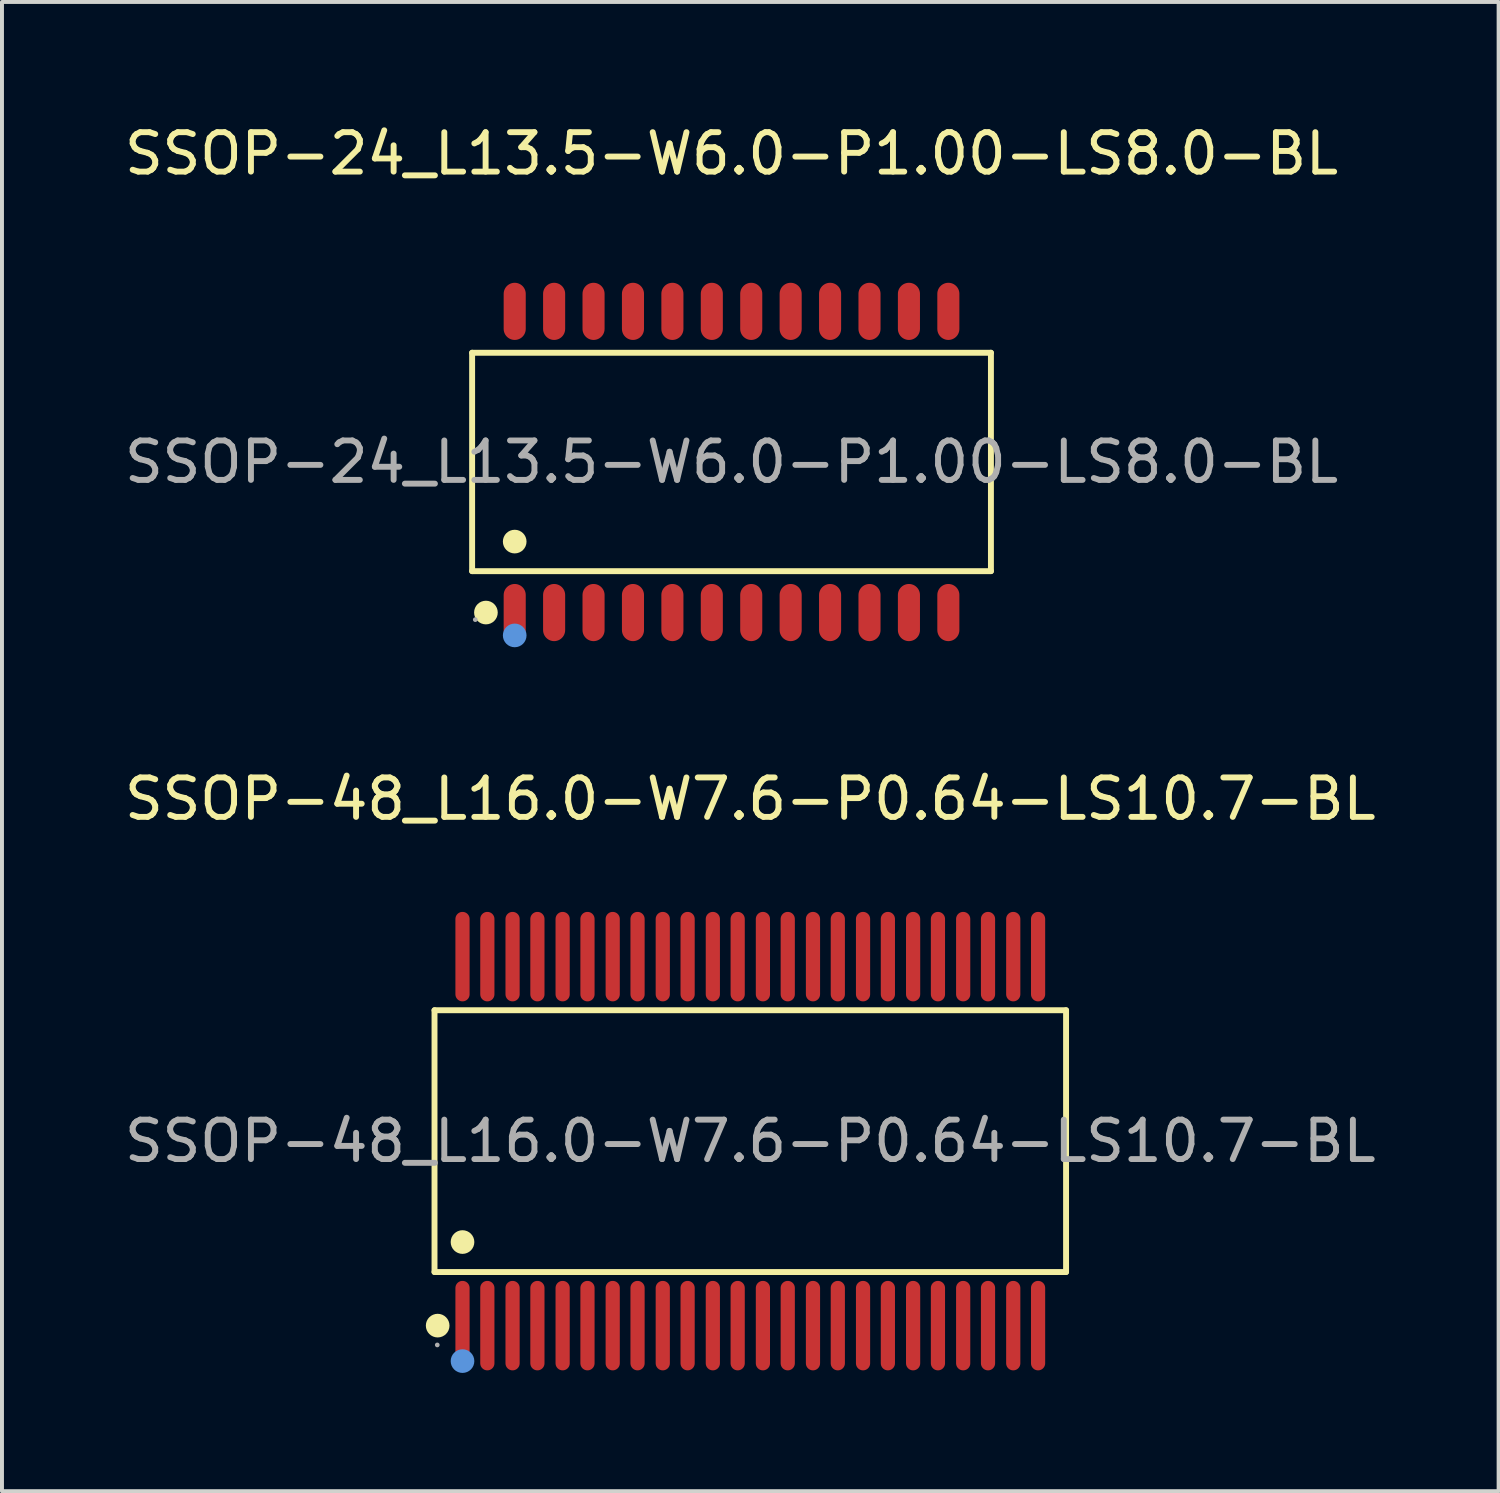
<source format=kicad_pcb>
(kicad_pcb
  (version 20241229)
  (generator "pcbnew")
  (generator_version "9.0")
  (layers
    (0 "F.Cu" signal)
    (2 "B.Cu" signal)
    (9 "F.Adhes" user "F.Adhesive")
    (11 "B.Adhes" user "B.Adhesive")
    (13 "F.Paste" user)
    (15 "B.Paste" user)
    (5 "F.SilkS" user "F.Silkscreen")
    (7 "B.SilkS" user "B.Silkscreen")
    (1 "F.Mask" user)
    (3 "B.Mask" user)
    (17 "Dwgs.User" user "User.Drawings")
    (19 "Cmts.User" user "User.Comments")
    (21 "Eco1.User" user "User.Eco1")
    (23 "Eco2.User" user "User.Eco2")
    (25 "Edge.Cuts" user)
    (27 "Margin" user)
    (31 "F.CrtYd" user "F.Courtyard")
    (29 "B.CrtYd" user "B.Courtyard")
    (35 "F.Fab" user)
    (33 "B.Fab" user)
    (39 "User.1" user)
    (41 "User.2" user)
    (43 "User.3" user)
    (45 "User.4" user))
  (footprint "SSOP-48_L16.0-W7.6-P0.64-LS10.7-BL"
    (layer "F.Cu")
    (at 15.982 25.896)
    (property "Reference" "SSOP-48_L16.0-W7.6-P0.64-LS10.7-BL" (at 0 -8.68 0) (layer "F.SilkS") (effects (font (size 1 1) (thickness 0.15))))
    (attr through_hole)
    (fp_line (start -8.01 -3.32) (end 8.01 -3.32) (stroke (width 0.15) (type solid)) (layer "F.SilkS"))
    (fp_line (start -8.01 3.32) (end -8.01 -3.32) (stroke (width 0.15) (type solid)) (layer "F.SilkS"))
    (fp_line (start 8.01 -3.32) (end 8.01 3.32) (stroke (width 0.15) (type solid)) (layer "F.SilkS"))
    (fp_line (start 8.01 3.32) (end -8.01 3.32) (stroke (width 0.15) (type solid)) (layer "F.SilkS"))
    (fp_circle (center -7.93 4.68) (end -7.78 4.68) (stroke (width 0.3) (type solid)) (fill no) (layer "F.SilkS"))
    (fp_circle (center -7.3 2.56) (end -7.15 2.56) (stroke (width 0.3) (type solid)) (fill no) (layer "F.SilkS"))
    (fp_circle (center -7.3 5.58) (end -7.15 5.58) (stroke (width 0.3) (type solid)) (fill no) (layer "Cmts.User"))
    (fp_circle (center -7.94 5.17) (end -7.91 5.17) (stroke (width 0.06) (type solid)) (fill no) (layer "F.Fab"))
    (fp_text user "${REFERENCE}" (at 0 0 0) (layer "F.Fab") (effects (font (size 1 1) (thickness 0.15))))
    (pad "1" smd oval (at -7.3 4.68) (size 0.36 2.27) (layers "F.Cu" "F.Mask" "F.Paste"))
    (pad "2" smd oval (at -6.67 4.68) (size 0.36 2.27) (layers "F.Cu" "F.Mask" "F.Paste"))
    (pad "3" smd oval (at -6.03 4.68) (size 0.36 2.27) (layers "F.Cu" "F.Mask" "F.Paste"))
    (pad "4" smd oval (at -5.4 4.68) (size 0.36 2.27) (layers "F.Cu" "F.Mask" "F.Paste"))
    (pad "5" smd oval (at -4.76 4.68) (size 0.36 2.27) (layers "F.Cu" "F.Mask" "F.Paste"))
    (pad "6" smd oval (at -4.13 4.68) (size 0.36 2.27) (layers "F.Cu" "F.Mask" "F.Paste"))
    (pad "7" smd oval (at -3.49 4.68) (size 0.36 2.27) (layers "F.Cu" "F.Mask" "F.Paste"))
    (pad "8" smd oval (at -2.86 4.68) (size 0.36 2.27) (layers "F.Cu" "F.Mask" "F.Paste"))
    (pad "9" smd oval (at -2.22 4.68) (size 0.36 2.27) (layers "F.Cu" "F.Mask" "F.Paste"))
    (pad "10" smd oval (at -1.59 4.68) (size 0.36 2.27) (layers "F.Cu" "F.Mask" "F.Paste"))
    (pad "11" smd oval (at -0.95 4.68) (size 0.36 2.27) (layers "F.Cu" "F.Mask" "F.Paste"))
    (pad "12" smd oval (at -0.32 4.68) (size 0.36 2.27) (layers "F.Cu" "F.Mask" "F.Paste"))
    (pad "13" smd oval (at 0.32 4.68) (size 0.36 2.27) (layers "F.Cu" "F.Mask" "F.Paste"))
    (pad "14" smd oval (at 0.95 4.68) (size 0.36 2.27) (layers "F.Cu" "F.Mask" "F.Paste"))
    (pad "15" smd oval (at 1.59 4.68) (size 0.36 2.27) (layers "F.Cu" "F.Mask" "F.Paste"))
    (pad "16" smd oval (at 2.22 4.68) (size 0.36 2.27) (layers "F.Cu" "F.Mask" "F.Paste"))
    (pad "17" smd oval (at 2.86 4.68) (size 0.36 2.27) (layers "F.Cu" "F.Mask" "F.Paste"))
    (pad "18" smd oval (at 3.49 4.68) (size 0.36 2.27) (layers "F.Cu" "F.Mask" "F.Paste"))
    (pad "19" smd oval (at 4.13 4.68) (size 0.36 2.27) (layers "F.Cu" "F.Mask" "F.Paste"))
    (pad "20" smd oval (at 4.76 4.68) (size 0.36 2.27) (layers "F.Cu" "F.Mask" "F.Paste"))
    (pad "21" smd oval (at 5.4 4.68) (size 0.36 2.27) (layers "F.Cu" "F.Mask" "F.Paste"))
    (pad "22" smd oval (at 6.03 4.68) (size 0.36 2.27) (layers "F.Cu" "F.Mask" "F.Paste"))
    (pad "23" smd oval (at 6.67 4.68) (size 0.36 2.27) (layers "F.Cu" "F.Mask" "F.Paste"))
    (pad "24" smd oval (at 7.3 4.68) (size 0.36 2.27) (layers "F.Cu" "F.Mask" "F.Paste"))
    (pad "25" smd oval (at 7.3 -4.68) (size 0.36 2.27) (layers "F.Cu" "F.Mask" "F.Paste"))
    (pad "26" smd oval (at 6.67 -4.68) (size 0.36 2.27) (layers "F.Cu" "F.Mask" "F.Paste"))
    (pad "27" smd oval (at 6.03 -4.68) (size 0.36 2.27) (layers "F.Cu" "F.Mask" "F.Paste"))
    (pad "28" smd oval (at 5.4 -4.68) (size 0.36 2.27) (layers "F.Cu" "F.Mask" "F.Paste"))
    (pad "29" smd oval (at 4.76 -4.68) (size 0.36 2.27) (layers "F.Cu" "F.Mask" "F.Paste"))
    (pad "30" smd oval (at 4.13 -4.68) (size 0.36 2.27) (layers "F.Cu" "F.Mask" "F.Paste"))
    (pad "31" smd oval (at 3.49 -4.68) (size 0.36 2.27) (layers "F.Cu" "F.Mask" "F.Paste"))
    (pad "32" smd oval (at 2.86 -4.68) (size 0.36 2.27) (layers "F.Cu" "F.Mask" "F.Paste"))
    (pad "33" smd oval (at 2.22 -4.68) (size 0.36 2.27) (layers "F.Cu" "F.Mask" "F.Paste"))
    (pad "34" smd oval (at 1.59 -4.68) (size 0.36 2.27) (layers "F.Cu" "F.Mask" "F.Paste"))
    (pad "35" smd oval (at 0.95 -4.68) (size 0.36 2.27) (layers "F.Cu" "F.Mask" "F.Paste"))
    (pad "36" smd oval (at 0.32 -4.68) (size 0.36 2.27) (layers "F.Cu" "F.Mask" "F.Paste"))
    (pad "37" smd oval (at -0.32 -4.68) (size 0.36 2.27) (layers "F.Cu" "F.Mask" "F.Paste"))
    (pad "38" smd oval (at -0.95 -4.68) (size 0.36 2.27) (layers "F.Cu" "F.Mask" "F.Paste"))
    (pad "39" smd oval (at -1.59 -4.68) (size 0.36 2.27) (layers "F.Cu" "F.Mask" "F.Paste"))
    (pad "40" smd oval (at -2.22 -4.68) (size 0.36 2.27) (layers "F.Cu" "F.Mask" "F.Paste"))
    (pad "41" smd oval (at -2.86 -4.68) (size 0.36 2.27) (layers "F.Cu" "F.Mask" "F.Paste"))
    (pad "42" smd oval (at -3.49 -4.68) (size 0.36 2.27) (layers "F.Cu" "F.Mask" "F.Paste"))
    (pad "43" smd oval (at -4.13 -4.68) (size 0.36 2.27) (layers "F.Cu" "F.Mask" "F.Paste"))
    (pad "44" smd oval (at -4.76 -4.68) (size 0.36 2.27) (layers "F.Cu" "F.Mask" "F.Paste"))
    (pad "45" smd oval (at -5.4 -4.68) (size 0.36 2.27) (layers "F.Cu" "F.Mask" "F.Paste"))
    (pad "46" smd oval (at -6.03 -4.68) (size 0.36 2.27) (layers "F.Cu" "F.Mask" "F.Paste"))
    (pad "47" smd oval (at -6.67 -4.68) (size 0.36 2.27) (layers "F.Cu" "F.Mask" "F.Paste"))
    (pad "48" smd oval (at -7.3 -4.68) (size 0.36 2.27) (layers "F.Cu" "F.Mask" "F.Paste")))
  (footprint "SSOP-24_L13.5-W6.0-P1.00-LS8.0-BL"
    (layer "F.Cu")
    (at 15.506 8.668)
    (property "Reference" "SSOP-24_L13.5-W6.0-P1.00-LS8.0-BL" (at 0 -7.82 0) (layer "F.SilkS") (effects (font (size 1 1) (thickness 0.15))))
    (attr through_hole)
    (fp_line (start -6.58 -2.77) (end 6.58 -2.77) (stroke (width 0.15) (type solid)) (layer "F.SilkS"))
    (fp_line (start -6.58 2.77) (end -6.58 -2.77) (stroke (width 0.15) (type solid)) (layer "F.SilkS"))
    (fp_line (start 6.58 -2.77) (end 6.58 2.77) (stroke (width 0.15) (type solid)) (layer "F.SilkS"))
    (fp_line (start 6.58 2.77) (end -6.58 2.77) (stroke (width 0.15) (type solid)) (layer "F.SilkS"))
    (fp_circle (center -6.23 3.82) (end -6.08 3.82) (stroke (width 0.3) (type solid)) (fill no) (layer "F.SilkS"))
    (fp_circle (center -5.5 2.02) (end -5.35 2.02) (stroke (width 0.3) (type solid)) (fill no) (layer "F.SilkS"))
    (fp_circle (center -5.5 4.4) (end -5.35 4.4) (stroke (width 0.3) (type solid)) (fill no) (layer "Cmts.User"))
    (fp_circle (center -6.5 4) (end -6.47 4) (stroke (width 0.06) (type solid)) (fill no) (layer "F.Fab"))
    (fp_text user "${REFERENCE}" (at 0 0 0) (layer "F.Fab") (effects (font (size 1 1) (thickness 0.15))))
    (pad "1" smd oval (at -5.5 3.82) (size 0.56 1.45) (layers "F.Cu" "F.Mask" "F.Paste"))
    (pad "2" smd oval (at -4.5 3.82) (size 0.56 1.45) (layers "F.Cu" "F.Mask" "F.Paste"))
    (pad "3" smd oval (at -3.5 3.82) (size 0.56 1.45) (layers "F.Cu" "F.Mask" "F.Paste"))
    (pad "4" smd oval (at -2.5 3.82) (size 0.56 1.45) (layers "F.Cu" "F.Mask" "F.Paste"))
    (pad "5" smd oval (at -1.5 3.82) (size 0.56 1.45) (layers "F.Cu" "F.Mask" "F.Paste"))
    (pad "6" smd oval (at -0.5 3.82) (size 0.56 1.45) (layers "F.Cu" "F.Mask" "F.Paste"))
    (pad "7" smd oval (at 0.5 3.82) (size 0.56 1.45) (layers "F.Cu" "F.Mask" "F.Paste"))
    (pad "8" smd oval (at 1.5 3.82) (size 0.56 1.45) (layers "F.Cu" "F.Mask" "F.Paste"))
    (pad "9" smd oval (at 2.5 3.82) (size 0.56 1.45) (layers "F.Cu" "F.Mask" "F.Paste"))
    (pad "10" smd oval (at 3.5 3.82) (size 0.56 1.45) (layers "F.Cu" "F.Mask" "F.Paste"))
    (pad "11" smd oval (at 4.5 3.82) (size 0.56 1.45) (layers "F.Cu" "F.Mask" "F.Paste"))
    (pad "12" smd oval (at 5.5 3.82) (size 0.56 1.45) (layers "F.Cu" "F.Mask" "F.Paste"))
    (pad "13" smd oval (at 5.5 -3.82) (size 0.56 1.45) (layers "F.Cu" "F.Mask" "F.Paste"))
    (pad "14" smd oval (at 4.5 -3.82) (size 0.56 1.45) (layers "F.Cu" "F.Mask" "F.Paste"))
    (pad "15" smd oval (at 3.5 -3.82) (size 0.56 1.45) (layers "F.Cu" "F.Mask" "F.Paste"))
    (pad "16" smd oval (at 2.5 -3.82) (size 0.56 1.45) (layers "F.Cu" "F.Mask" "F.Paste"))
    (pad "17" smd oval (at 1.5 -3.82) (size 0.56 1.45) (layers "F.Cu" "F.Mask" "F.Paste"))
    (pad "18" smd oval (at 0.5 -3.82) (size 0.56 1.45) (layers "F.Cu" "F.Mask" "F.Paste"))
    (pad "19" smd oval (at -0.5 -3.82) (size 0.56 1.45) (layers "F.Cu" "F.Mask" "F.Paste"))
    (pad "20" smd oval (at -1.5 -3.82) (size 0.56 1.45) (layers "F.Cu" "F.Mask" "F.Paste"))
    (pad "21" smd oval (at -2.5 -3.82) (size 0.56 1.45) (layers "F.Cu" "F.Mask" "F.Paste"))
    (pad "22" smd oval (at -3.5 -3.82) (size 0.56 1.45) (layers "F.Cu" "F.Mask" "F.Paste"))
    (pad "23" smd oval (at -4.5 -3.82) (size 0.56 1.45) (layers "F.Cu" "F.Mask" "F.Paste"))
    (pad "24" smd oval (at -5.5 -3.82) (size 0.56 1.45) (layers "F.Cu" "F.Mask" "F.Paste")))
  (gr_rect
    (start -3 -3)
    (end 34.964 34.776)
    (stroke (width 0.1) (type default))
    (fill no)
    (layer "Edge.Cuts")))
</source>
